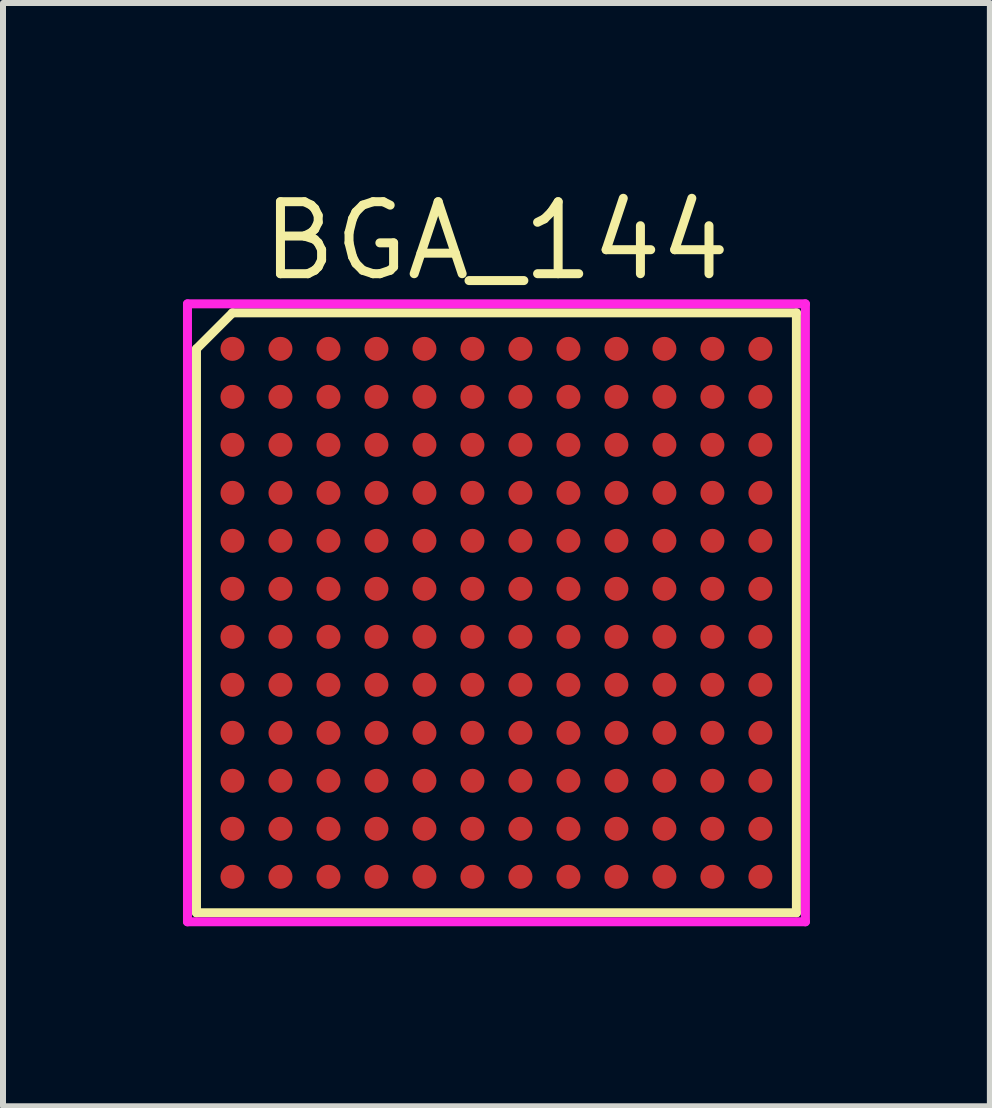
<source format=kicad_pcb>
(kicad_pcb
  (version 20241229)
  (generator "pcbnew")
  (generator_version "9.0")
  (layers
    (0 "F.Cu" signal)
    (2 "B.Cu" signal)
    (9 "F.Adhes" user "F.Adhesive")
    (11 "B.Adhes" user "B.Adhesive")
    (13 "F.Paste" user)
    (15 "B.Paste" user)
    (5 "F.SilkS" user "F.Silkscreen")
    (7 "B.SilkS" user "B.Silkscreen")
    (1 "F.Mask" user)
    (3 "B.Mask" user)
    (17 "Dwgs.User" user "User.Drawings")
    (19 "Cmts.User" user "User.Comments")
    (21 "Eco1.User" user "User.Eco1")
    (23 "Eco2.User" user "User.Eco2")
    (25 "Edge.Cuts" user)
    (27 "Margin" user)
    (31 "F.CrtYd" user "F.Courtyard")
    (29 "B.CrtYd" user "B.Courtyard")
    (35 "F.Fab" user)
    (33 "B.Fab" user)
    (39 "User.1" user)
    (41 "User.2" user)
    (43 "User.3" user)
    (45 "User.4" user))
  (footprint "BGA_144"
    (layer "F.Cu")
    (at 5.225 7.165)
    (property "Reference" "BGA_144" (at 0 -6.2 0) (layer "F.SilkS") (effects (font (size 1.2 1.2) (thickness 0.15))))
    (attr through_hole)
    (fp_line (start -5 -4.4) (end -5 5) (stroke (width 0.15) (type solid)) (layer "F.SilkS"))
    (fp_line (start -5 5) (end 5 5) (stroke (width 0.15) (type solid)) (layer "F.SilkS"))
    (fp_line (start -4.4 -5) (end -5 -4.4) (stroke (width 0.15) (type solid)) (layer "F.SilkS"))
    (fp_line (start 5 -5) (end -4.4 -5) (stroke (width 0.15) (type solid)) (layer "F.SilkS"))
    (fp_line (start 5 5) (end 5 -5) (stroke (width 0.15) (type solid)) (layer "F.SilkS"))
    (fp_line (start -5.15 -5.15) (end 5.15 -5.15) (stroke (width 0.15) (type solid)) (layer "F.CrtYd"))
    (fp_line (start -5.15 5.15) (end -5.15 -5.15) (stroke (width 0.15) (type solid)) (layer "F.CrtYd"))
    (fp_line (start 5.15 -5.15) (end 5.15 5.15) (stroke (width 0.15) (type solid)) (layer "F.CrtYd"))
    (fp_line (start 5.15 5.15) (end -5.15 5.15) (stroke (width 0.15) (type solid)) (layer "F.CrtYd"))
    (pad "A1" smd circle (at -4.4 -4.4) (size 0.4 0.4) (layers "F.Cu" "F.Mask" "F.Paste"))
    (pad "A2" smd circle (at -3.6 -4.4) (size 0.4 0.4) (layers "F.Cu" "F.Mask" "F.Paste"))
    (pad "A3" smd circle (at -2.8 -4.4) (size 0.4 0.4) (layers "F.Cu" "F.Mask" "F.Paste"))
    (pad "A4" smd circle (at -2 -4.4) (size 0.4 0.4) (layers "F.Cu" "F.Mask" "F.Paste"))
    (pad "A5" smd circle (at -1.2 -4.4) (size 0.4 0.4) (layers "F.Cu" "F.Mask" "F.Paste"))
    (pad "A6" smd circle (at -0.4 -4.4) (size 0.4 0.4) (layers "F.Cu" "F.Mask" "F.Paste"))
    (pad "A7" smd circle (at 0.4 -4.4) (size 0.4 0.4) (layers "F.Cu" "F.Mask" "F.Paste"))
    (pad "A8" smd circle (at 1.2 -4.4) (size 0.4 0.4) (layers "F.Cu" "F.Mask" "F.Paste"))
    (pad "A9" smd circle (at 2 -4.4) (size 0.4 0.4) (layers "F.Cu" "F.Mask" "F.Paste"))
    (pad "A10" smd circle (at 2.8 -4.4) (size 0.4 0.4) (layers "F.Cu" "F.Mask" "F.Paste"))
    (pad "A11" smd circle (at 3.6 -4.4) (size 0.4 0.4) (layers "F.Cu" "F.Mask" "F.Paste"))
    (pad "A12" smd circle (at 4.4 -4.4) (size 0.4 0.4) (layers "F.Cu" "F.Mask" "F.Paste"))
    (pad "B1" smd circle (at -4.4 -3.6) (size 0.4 0.4) (layers "F.Cu" "F.Mask" "F.Paste"))
    (pad "B2" smd circle (at -3.6 -3.6) (size 0.4 0.4) (layers "F.Cu" "F.Mask" "F.Paste"))
    (pad "B3" smd circle (at -2.8 -3.6) (size 0.4 0.4) (layers "F.Cu" "F.Mask" "F.Paste"))
    (pad "B4" smd circle (at -2 -3.6) (size 0.4 0.4) (layers "F.Cu" "F.Mask" "F.Paste"))
    (pad "B5" smd circle (at -1.2 -3.6) (size 0.4 0.4) (layers "F.Cu" "F.Mask" "F.Paste"))
    (pad "B6" smd circle (at -0.4 -3.6) (size 0.4 0.4) (layers "F.Cu" "F.Mask" "F.Paste"))
    (pad "B7" smd circle (at 0.4 -3.6) (size 0.4 0.4) (layers "F.Cu" "F.Mask" "F.Paste"))
    (pad "B8" smd circle (at 1.2 -3.6) (size 0.4 0.4) (layers "F.Cu" "F.Mask" "F.Paste"))
    (pad "B9" smd circle (at 2 -3.6) (size 0.4 0.4) (layers "F.Cu" "F.Mask" "F.Paste"))
    (pad "B10" smd circle (at 2.8 -3.6) (size 0.4 0.4) (layers "F.Cu" "F.Mask" "F.Paste"))
    (pad "B11" smd circle (at 3.6 -3.6) (size 0.4 0.4) (layers "F.Cu" "F.Mask" "F.Paste"))
    (pad "B12" smd circle (at 4.4 -3.6) (size 0.4 0.4) (layers "F.Cu" "F.Mask" "F.Paste"))
    (pad "C1" smd circle (at -4.4 -2.8) (size 0.4 0.4) (layers "F.Cu" "F.Mask" "F.Paste"))
    (pad "C2" smd circle (at -3.6 -2.8) (size 0.4 0.4) (layers "F.Cu" "F.Mask" "F.Paste"))
    (pad "C3" smd circle (at -2.8 -2.8) (size 0.4 0.4) (layers "F.Cu" "F.Mask" "F.Paste"))
    (pad "C4" smd circle (at -2 -2.8) (size 0.4 0.4) (layers "F.Cu" "F.Mask" "F.Paste"))
    (pad "C5" smd circle (at -1.2 -2.8) (size 0.4 0.4) (layers "F.Cu" "F.Mask" "F.Paste"))
    (pad "C6" smd circle (at -0.4 -2.8) (size 0.4 0.4) (layers "F.Cu" "F.Mask" "F.Paste"))
    (pad "C7" smd circle (at 0.4 -2.8) (size 0.4 0.4) (layers "F.Cu" "F.Mask" "F.Paste"))
    (pad "C8" smd circle (at 1.2 -2.8) (size 0.4 0.4) (layers "F.Cu" "F.Mask" "F.Paste"))
    (pad "C9" smd circle (at 2 -2.8) (size 0.4 0.4) (layers "F.Cu" "F.Mask" "F.Paste"))
    (pad "C10" smd circle (at 2.8 -2.8) (size 0.4 0.4) (layers "F.Cu" "F.Mask" "F.Paste"))
    (pad "C11" smd circle (at 3.6 -2.8) (size 0.4 0.4) (layers "F.Cu" "F.Mask" "F.Paste"))
    (pad "C12" smd circle (at 4.4 -2.8) (size 0.4 0.4) (layers "F.Cu" "F.Mask" "F.Paste"))
    (pad "D1" smd circle (at -4.4 -2) (size 0.4 0.4) (layers "F.Cu" "F.Mask" "F.Paste"))
    (pad "D2" smd circle (at -3.6 -2) (size 0.4 0.4) (layers "F.Cu" "F.Mask" "F.Paste"))
    (pad "D3" smd circle (at -2.8 -2) (size 0.4 0.4) (layers "F.Cu" "F.Mask" "F.Paste"))
    (pad "D4" smd circle (at -2 -2) (size 0.4 0.4) (layers "F.Cu" "F.Mask" "F.Paste"))
    (pad "D5" smd circle (at -1.2 -2) (size 0.4 0.4) (layers "F.Cu" "F.Mask" "F.Paste"))
    (pad "D6" smd circle (at -0.4 -2) (size 0.4 0.4) (layers "F.Cu" "F.Mask" "F.Paste"))
    (pad "D7" smd circle (at 0.4 -2) (size 0.4 0.4) (layers "F.Cu" "F.Mask" "F.Paste"))
    (pad "D8" smd circle (at 1.2 -2) (size 0.4 0.4) (layers "F.Cu" "F.Mask" "F.Paste"))
    (pad "D9" smd circle (at 2 -2) (size 0.4 0.4) (layers "F.Cu" "F.Mask" "F.Paste"))
    (pad "D10" smd circle (at 2.8 -2) (size 0.4 0.4) (layers "F.Cu" "F.Mask" "F.Paste"))
    (pad "D11" smd circle (at 3.6 -2) (size 0.4 0.4) (layers "F.Cu" "F.Mask" "F.Paste"))
    (pad "D12" smd circle (at 4.4 -2) (size 0.4 0.4) (layers "F.Cu" "F.Mask" "F.Paste"))
    (pad "E1" smd circle (at -4.4 -1.2) (size 0.4 0.4) (layers "F.Cu" "F.Mask" "F.Paste"))
    (pad "E2" smd circle (at -3.6 -1.2) (size 0.4 0.4) (layers "F.Cu" "F.Mask" "F.Paste"))
    (pad "E3" smd circle (at -2.8 -1.2) (size 0.4 0.4) (layers "F.Cu" "F.Mask" "F.Paste"))
    (pad "E4" smd circle (at -2 -1.2) (size 0.4 0.4) (layers "F.Cu" "F.Mask" "F.Paste"))
    (pad "E5" smd circle (at -1.2 -1.2) (size 0.4 0.4) (layers "F.Cu" "F.Mask" "F.Paste"))
    (pad "E6" smd circle (at -0.4 -1.2) (size 0.4 0.4) (layers "F.Cu" "F.Mask" "F.Paste"))
    (pad "E7" smd circle (at 0.4 -1.2) (size 0.4 0.4) (layers "F.Cu" "F.Mask" "F.Paste"))
    (pad "E8" smd circle (at 1.2 -1.2) (size 0.4 0.4) (layers "F.Cu" "F.Mask" "F.Paste"))
    (pad "E9" smd circle (at 2 -1.2) (size 0.4 0.4) (layers "F.Cu" "F.Mask" "F.Paste"))
    (pad "E10" smd circle (at 2.8 -1.2) (size 0.4 0.4) (layers "F.Cu" "F.Mask" "F.Paste"))
    (pad "E11" smd circle (at 3.6 -1.2) (size 0.4 0.4) (layers "F.Cu" "F.Mask" "F.Paste"))
    (pad "E12" smd circle (at 4.4 -1.2) (size 0.4 0.4) (layers "F.Cu" "F.Mask" "F.Paste"))
    (pad "F1" smd circle (at -4.4 -0.4) (size 0.4 0.4) (layers "F.Cu" "F.Mask" "F.Paste"))
    (pad "F2" smd circle (at -3.6 -0.4) (size 0.4 0.4) (layers "F.Cu" "F.Mask" "F.Paste"))
    (pad "F3" smd circle (at -2.8 -0.4) (size 0.4 0.4) (layers "F.Cu" "F.Mask" "F.Paste"))
    (pad "F4" smd circle (at -2 -0.4) (size 0.4 0.4) (layers "F.Cu" "F.Mask" "F.Paste"))
    (pad "F5" smd circle (at -1.2 -0.4) (size 0.4 0.4) (layers "F.Cu" "F.Mask" "F.Paste"))
    (pad "F6" smd circle (at -0.4 -0.4) (size 0.4 0.4) (layers "F.Cu" "F.Mask" "F.Paste"))
    (pad "F7" smd circle (at 0.4 -0.4) (size 0.4 0.4) (layers "F.Cu" "F.Mask" "F.Paste"))
    (pad "F8" smd circle (at 1.2 -0.4) (size 0.4 0.4) (layers "F.Cu" "F.Mask" "F.Paste"))
    (pad "F9" smd circle (at 2 -0.4) (size 0.4 0.4) (layers "F.Cu" "F.Mask" "F.Paste"))
    (pad "F10" smd circle (at 2.8 -0.4) (size 0.4 0.4) (layers "F.Cu" "F.Mask" "F.Paste"))
    (pad "F11" smd circle (at 3.6 -0.4) (size 0.4 0.4) (layers "F.Cu" "F.Mask" "F.Paste"))
    (pad "F12" smd circle (at 4.4 -0.4) (size 0.4 0.4) (layers "F.Cu" "F.Mask" "F.Paste"))
    (pad "G1" smd circle (at -4.4 0.4) (size 0.4 0.4) (layers "F.Cu" "F.Mask" "F.Paste"))
    (pad "G2" smd circle (at -3.6 0.4) (size 0.4 0.4) (layers "F.Cu" "F.Mask" "F.Paste"))
    (pad "G3" smd circle (at -2.8 0.4) (size 0.4 0.4) (layers "F.Cu" "F.Mask" "F.Paste"))
    (pad "G4" smd circle (at -2 0.4) (size 0.4 0.4) (layers "F.Cu" "F.Mask" "F.Paste"))
    (pad "G5" smd circle (at -1.2 0.4) (size 0.4 0.4) (layers "F.Cu" "F.Mask" "F.Paste"))
    (pad "G6" smd circle (at -0.4 0.4) (size 0.4 0.4) (layers "F.Cu" "F.Mask" "F.Paste"))
    (pad "G7" smd circle (at 0.4 0.4) (size 0.4 0.4) (layers "F.Cu" "F.Mask" "F.Paste"))
    (pad "G8" smd circle (at 1.2 0.4) (size 0.4 0.4) (layers "F.Cu" "F.Mask" "F.Paste"))
    (pad "G9" smd circle (at 2 0.4) (size 0.4 0.4) (layers "F.Cu" "F.Mask" "F.Paste"))
    (pad "G10" smd circle (at 2.8 0.4) (size 0.4 0.4) (layers "F.Cu" "F.Mask" "F.Paste"))
    (pad "G11" smd circle (at 3.6 0.4) (size 0.4 0.4) (layers "F.Cu" "F.Mask" "F.Paste"))
    (pad "G12" smd circle (at 4.4 0.4) (size 0.4 0.4) (layers "F.Cu" "F.Mask" "F.Paste"))
    (pad "H1" smd circle (at -4.4 1.2) (size 0.4 0.4) (layers "F.Cu" "F.Mask" "F.Paste"))
    (pad "H2" smd circle (at -3.6 1.2) (size 0.4 0.4) (layers "F.Cu" "F.Mask" "F.Paste"))
    (pad "H3" smd circle (at -2.8 1.2) (size 0.4 0.4) (layers "F.Cu" "F.Mask" "F.Paste"))
    (pad "H4" smd circle (at -2 1.2) (size 0.4 0.4) (layers "F.Cu" "F.Mask" "F.Paste"))
    (pad "H5" smd circle (at -1.2 1.2) (size 0.4 0.4) (layers "F.Cu" "F.Mask" "F.Paste"))
    (pad "H6" smd circle (at -0.4 1.2) (size 0.4 0.4) (layers "F.Cu" "F.Mask" "F.Paste"))
    (pad "H7" smd circle (at 0.4 1.2) (size 0.4 0.4) (layers "F.Cu" "F.Mask" "F.Paste"))
    (pad "H8" smd circle (at 1.2 1.2) (size 0.4 0.4) (layers "F.Cu" "F.Mask" "F.Paste"))
    (pad "H9" smd circle (at 2 1.2) (size 0.4 0.4) (layers "F.Cu" "F.Mask" "F.Paste"))
    (pad "H10" smd circle (at 2.8 1.2) (size 0.4 0.4) (layers "F.Cu" "F.Mask" "F.Paste"))
    (pad "H11" smd circle (at 3.6 1.2) (size 0.4 0.4) (layers "F.Cu" "F.Mask" "F.Paste"))
    (pad "H12" smd circle (at 4.4 1.2) (size 0.4 0.4) (layers "F.Cu" "F.Mask" "F.Paste"))
    (pad "J1" smd circle (at -4.4 2) (size 0.4 0.4) (layers "F.Cu" "F.Mask" "F.Paste"))
    (pad "J2" smd circle (at -3.6 2) (size 0.4 0.4) (layers "F.Cu" "F.Mask" "F.Paste"))
    (pad "J3" smd circle (at -2.8 2) (size 0.4 0.4) (layers "F.Cu" "F.Mask" "F.Paste"))
    (pad "J4" smd circle (at -2 2) (size 0.4 0.4) (layers "F.Cu" "F.Mask" "F.Paste"))
    (pad "J5" smd circle (at -1.2 2) (size 0.4 0.4) (layers "F.Cu" "F.Mask" "F.Paste"))
    (pad "J6" smd circle (at -0.4 2) (size 0.4 0.4) (layers "F.Cu" "F.Mask" "F.Paste"))
    (pad "J7" smd circle (at 0.4 2) (size 0.4 0.4) (layers "F.Cu" "F.Mask" "F.Paste"))
    (pad "J8" smd circle (at 1.2 2) (size 0.4 0.4) (layers "F.Cu" "F.Mask" "F.Paste"))
    (pad "J9" smd circle (at 2 2) (size 0.4 0.4) (layers "F.Cu" "F.Mask" "F.Paste"))
    (pad "J10" smd circle (at 2.8 2) (size 0.4 0.4) (layers "F.Cu" "F.Mask" "F.Paste"))
    (pad "J11" smd circle (at 3.6 2) (size 0.4 0.4) (layers "F.Cu" "F.Mask" "F.Paste"))
    (pad "J12" smd circle (at 4.4 2) (size 0.4 0.4) (layers "F.Cu" "F.Mask" "F.Paste"))
    (pad "K1" smd circle (at -4.4 2.8) (size 0.4 0.4) (layers "F.Cu" "F.Mask" "F.Paste"))
    (pad "K2" smd circle (at -3.6 2.8) (size 0.4 0.4) (layers "F.Cu" "F.Mask" "F.Paste"))
    (pad "K3" smd circle (at -2.8 2.8) (size 0.4 0.4) (layers "F.Cu" "F.Mask" "F.Paste"))
    (pad "K4" smd circle (at -2 2.8) (size 0.4 0.4) (layers "F.Cu" "F.Mask" "F.Paste"))
    (pad "K5" smd circle (at -1.2 2.8) (size 0.4 0.4) (layers "F.Cu" "F.Mask" "F.Paste"))
    (pad "K6" smd circle (at -0.4 2.8) (size 0.4 0.4) (layers "F.Cu" "F.Mask" "F.Paste"))
    (pad "K7" smd circle (at 0.4 2.8) (size 0.4 0.4) (layers "F.Cu" "F.Mask" "F.Paste"))
    (pad "K8" smd circle (at 1.2 2.8) (size 0.4 0.4) (layers "F.Cu" "F.Mask" "F.Paste"))
    (pad "K9" smd circle (at 2 2.8) (size 0.4 0.4) (layers "F.Cu" "F.Mask" "F.Paste"))
    (pad "K10" smd circle (at 2.8 2.8) (size 0.4 0.4) (layers "F.Cu" "F.Mask" "F.Paste"))
    (pad "K11" smd circle (at 3.6 2.8) (size 0.4 0.4) (layers "F.Cu" "F.Mask" "F.Paste"))
    (pad "K12" smd circle (at 4.4 2.8) (size 0.4 0.4) (layers "F.Cu" "F.Mask" "F.Paste"))
    (pad "L1" smd circle (at -4.4 3.6) (size 0.4 0.4) (layers "F.Cu" "F.Mask" "F.Paste"))
    (pad "L2" smd circle (at -3.6 3.6) (size 0.4 0.4) (layers "F.Cu" "F.Mask" "F.Paste"))
    (pad "L3" smd circle (at -2.8 3.6) (size 0.4 0.4) (layers "F.Cu" "F.Mask" "F.Paste"))
    (pad "L4" smd circle (at -2 3.6) (size 0.4 0.4) (layers "F.Cu" "F.Mask" "F.Paste"))
    (pad "L5" smd circle (at -1.2 3.6) (size 0.4 0.4) (layers "F.Cu" "F.Mask" "F.Paste"))
    (pad "L6" smd circle (at -0.4 3.6) (size 0.4 0.4) (layers "F.Cu" "F.Mask" "F.Paste"))
    (pad "L7" smd circle (at 0.4 3.6) (size 0.4 0.4) (layers "F.Cu" "F.Mask" "F.Paste"))
    (pad "L8" smd circle (at 1.2 3.6) (size 0.4 0.4) (layers "F.Cu" "F.Mask" "F.Paste"))
    (pad "L9" smd circle (at 2 3.6) (size 0.4 0.4) (layers "F.Cu" "F.Mask" "F.Paste"))
    (pad "L10" smd circle (at 2.8 3.6) (size 0.4 0.4) (layers "F.Cu" "F.Mask" "F.Paste"))
    (pad "L11" smd circle (at 3.6 3.6) (size 0.4 0.4) (layers "F.Cu" "F.Mask" "F.Paste"))
    (pad "L12" smd circle (at 4.4 3.6) (size 0.4 0.4) (layers "F.Cu" "F.Mask" "F.Paste"))
    (pad "M1" smd circle (at -4.4 4.4) (size 0.4 0.4) (layers "F.Cu" "F.Mask" "F.Paste"))
    (pad "M2" smd circle (at -3.6 4.4) (size 0.4 0.4) (layers "F.Cu" "F.Mask" "F.Paste"))
    (pad "M3" smd circle (at -2.8 4.4) (size 0.4 0.4) (layers "F.Cu" "F.Mask" "F.Paste"))
    (pad "M4" smd circle (at -2 4.4) (size 0.4 0.4) (layers "F.Cu" "F.Mask" "F.Paste"))
    (pad "M5" smd circle (at -1.2 4.4) (size 0.4 0.4) (layers "F.Cu" "F.Mask" "F.Paste"))
    (pad "M6" smd circle (at -0.4 4.4) (size 0.4 0.4) (layers "F.Cu" "F.Mask" "F.Paste"))
    (pad "M7" smd circle (at 0.4 4.4) (size 0.4 0.4) (layers "F.Cu" "F.Mask" "F.Paste"))
    (pad "M8" smd circle (at 1.2 4.4) (size 0.4 0.4) (layers "F.Cu" "F.Mask" "F.Paste"))
    (pad "M9" smd circle (at 2 4.4) (size 0.4 0.4) (layers "F.Cu" "F.Mask" "F.Paste"))
    (pad "M10" smd circle (at 2.8 4.4) (size 0.4 0.4) (layers "F.Cu" "F.Mask" "F.Paste"))
    (pad "M11" smd circle (at 3.6 4.4) (size 0.4 0.4) (layers "F.Cu" "F.Mask" "F.Paste"))
    (pad "M12" smd circle (at 4.4 4.4) (size 0.4 0.4) (layers "F.Cu" "F.Mask" "F.Paste")))
  (gr_rect
    (start -3 -3)
    (end 13.45 15.39)
    (stroke (width 0.1) (type default))
    (fill no)
    (layer "Edge.Cuts")))
</source>
